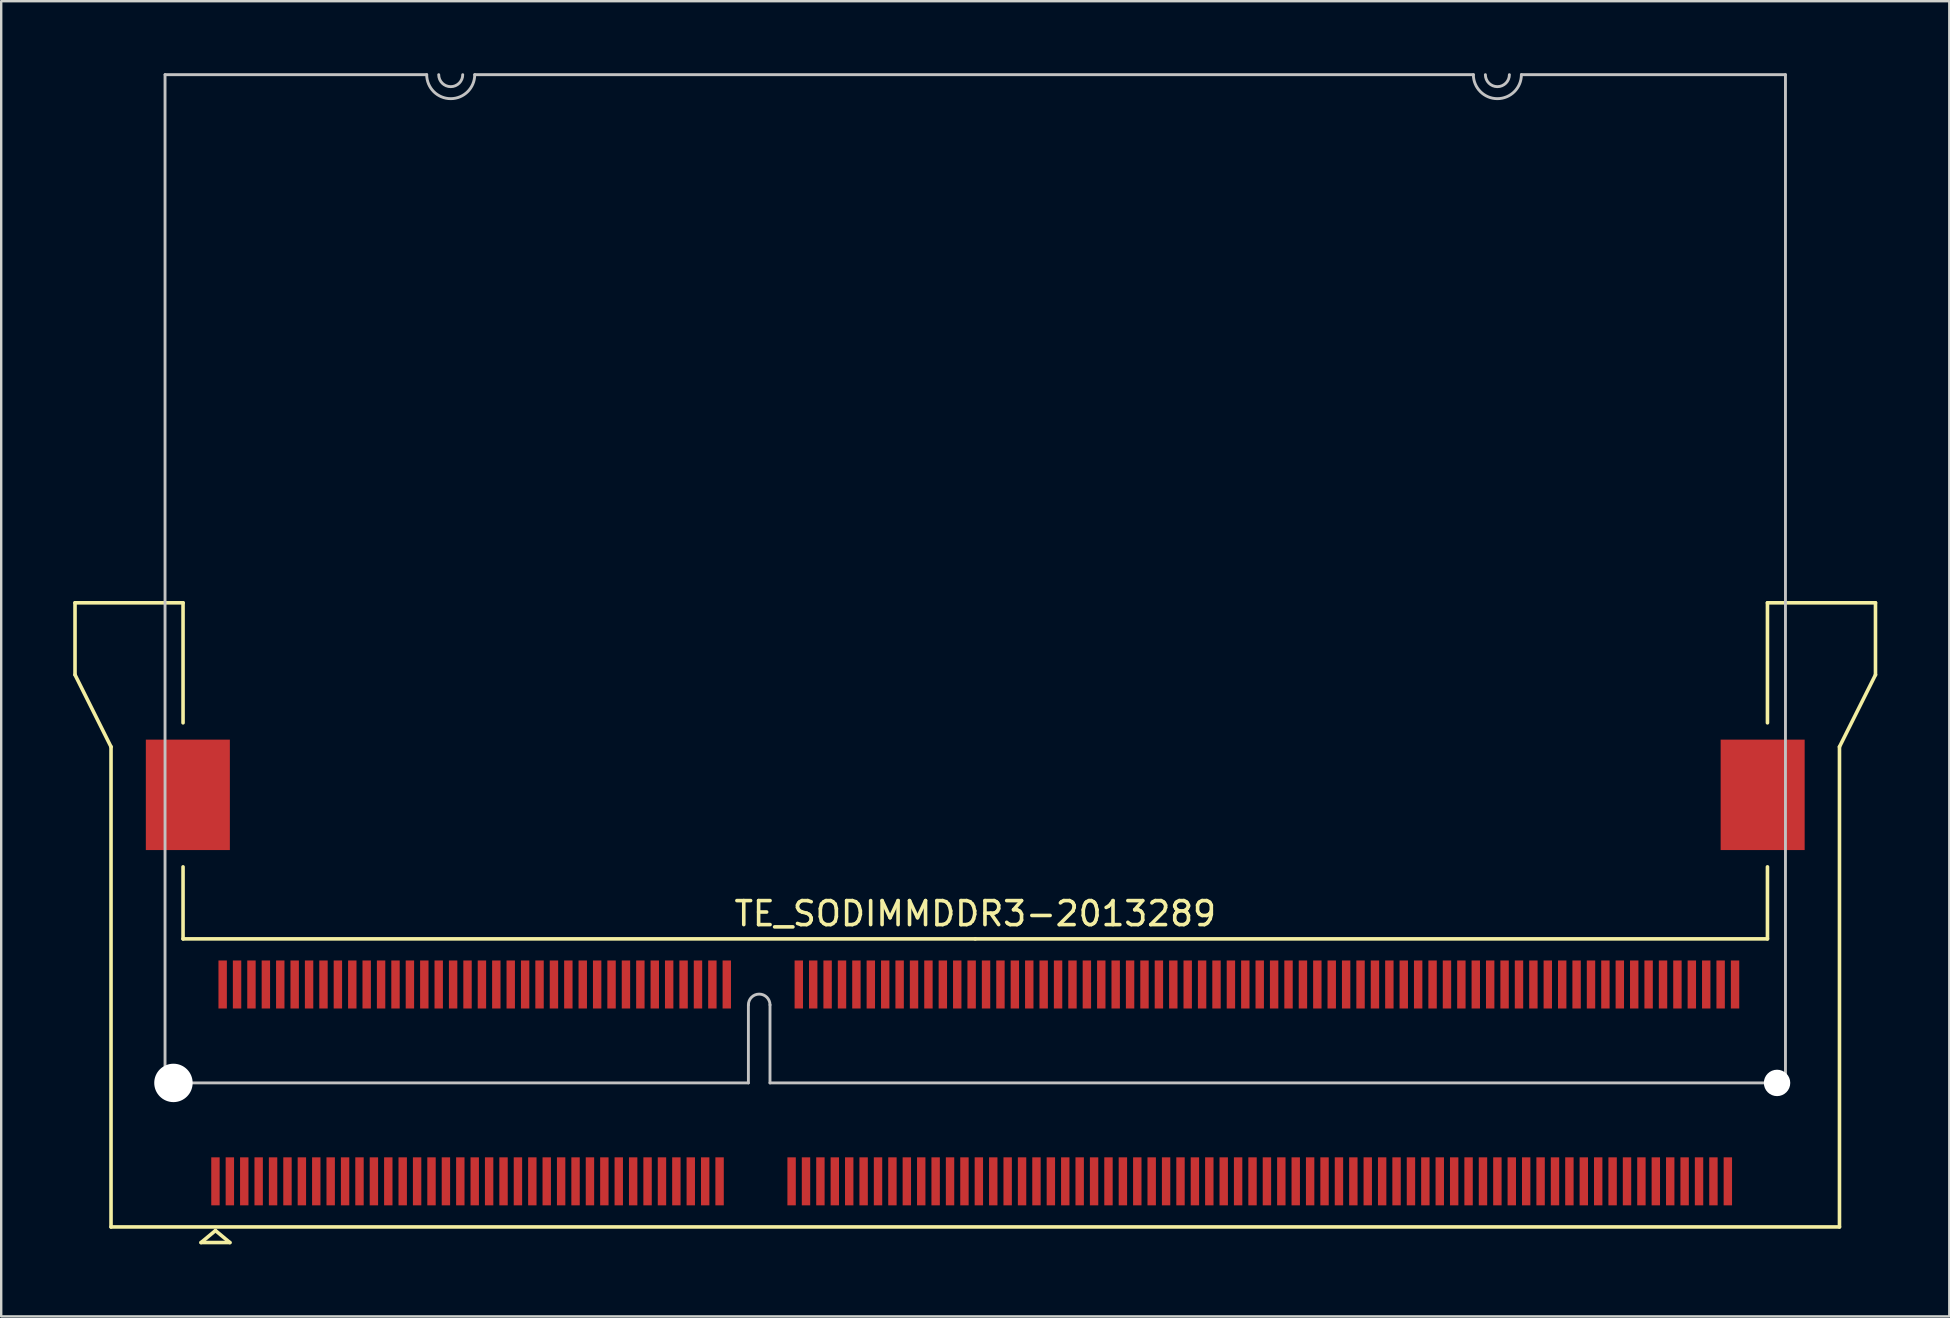
<source format=kicad_pcb>
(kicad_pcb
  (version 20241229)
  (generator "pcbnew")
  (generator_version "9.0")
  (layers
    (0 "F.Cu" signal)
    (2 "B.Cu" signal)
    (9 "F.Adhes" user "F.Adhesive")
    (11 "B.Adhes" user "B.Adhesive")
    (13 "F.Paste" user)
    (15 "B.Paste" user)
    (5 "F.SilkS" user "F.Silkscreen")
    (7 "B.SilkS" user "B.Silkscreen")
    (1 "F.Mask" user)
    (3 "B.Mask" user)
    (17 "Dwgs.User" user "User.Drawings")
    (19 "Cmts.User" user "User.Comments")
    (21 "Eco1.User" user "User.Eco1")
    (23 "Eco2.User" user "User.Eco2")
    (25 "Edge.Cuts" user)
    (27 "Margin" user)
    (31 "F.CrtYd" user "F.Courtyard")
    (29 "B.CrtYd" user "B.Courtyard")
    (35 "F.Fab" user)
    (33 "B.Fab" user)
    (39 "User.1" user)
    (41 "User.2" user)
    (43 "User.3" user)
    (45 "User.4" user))
  (footprint "TE_SODIMMDDR3-2013289"
    (layer "F.Cu")
    (at 37.575 42.06)
    (property "Reference" "TE_SODIMMDDR3-2013289" (at 0 -7.05 0) (layer "F.SilkS") (effects (font (size 1 1) (thickness 0.15))))
    (attr smd)
    (fp_line (start -37.5 -20) (end -37.5 -17) (stroke (width 0.15) (type solid)) (layer "F.SilkS"))
    (fp_line (start -37.5 -17) (end -36 -14) (stroke (width 0.15) (type solid)) (layer "F.SilkS"))
    (fp_line (start -36 -14) (end -36 6) (stroke (width 0.15) (type solid)) (layer "F.SilkS"))
    (fp_line (start -36 6) (end 36 6) (stroke (width 0.15) (type solid)) (layer "F.SilkS"))
    (fp_line (start -33 -20) (end -37.5 -20) (stroke (width 0.15) (type solid)) (layer "F.SilkS"))
    (fp_line (start -33 -15) (end -33 -20) (stroke (width 0.15) (type solid)) (layer "F.SilkS"))
    (fp_line (start -33 -9) (end -33 -6) (stroke (width 0.15) (type solid)) (layer "F.SilkS"))
    (fp_line (start -32.25 6.65) (end -31.65 6.15) (stroke (width 0.15) (type solid)) (layer "F.SilkS"))
    (fp_line (start -31.65 6.15) (end -31.05 6.65) (stroke (width 0.15) (type solid)) (layer "F.SilkS"))
    (fp_line (start -31.05 6.65) (end -32.25 6.65) (stroke (width 0.15) (type solid)) (layer "F.SilkS"))
    (fp_line (start 0 -6) (end -33 -6) (stroke (width 0.15) (type solid)) (layer "F.SilkS"))
    (fp_line (start 33 -20) (end 33 -15) (stroke (width 0.15) (type solid)) (layer "F.SilkS"))
    (fp_line (start 33 -9) (end 33 -6) (stroke (width 0.15) (type solid)) (layer "F.SilkS"))
    (fp_line (start 33 -6) (end 0 -6) (stroke (width 0.15) (type solid)) (layer "F.SilkS"))
    (fp_line (start 36 -14) (end 36 6) (stroke (width 0.15) (type solid)) (layer "F.SilkS"))
    (fp_line (start 36 -14) (end 37.5 -17) (stroke (width 0.15) (type solid)) (layer "F.SilkS"))
    (fp_line (start 37.5 -20) (end 33 -20) (stroke (width 0.15) (type solid)) (layer "F.SilkS"))
    (fp_line (start 37.5 -17) (end 37.5 -20) (stroke (width 0.15) (type solid)) (layer "F.SilkS"))
    (fp_line (start -33.75 -42) (end -22.85 -42) (stroke (width 0.12) (type solid)) (layer "Dwgs.User"))
    (fp_line (start -33.75 0) (end -33.75 -42) (stroke (width 0.12) (type solid)) (layer "Dwgs.User"))
    (fp_line (start -20.85 -42) (end 20.75 -42) (stroke (width 0.12) (type solid)) (layer "Dwgs.User"))
    (fp_line (start -9.45 -3.25) (end -9.45 0) (stroke (width 0.12) (type solid)) (layer "Dwgs.User"))
    (fp_line (start -9.45 0) (end -33.75 0) (stroke (width 0.12) (type solid)) (layer "Dwgs.User"))
    (fp_line (start -8.55 -3.25) (end -8.55 0) (stroke (width 0.12) (type solid)) (layer "Dwgs.User"))
    (fp_line (start -8.55 0) (end 33.75 0) (stroke (width 0.12) (type solid)) (layer "Dwgs.User"))
    (fp_line (start 22.75 -42) (end 33.75 -42) (stroke (width 0.12) (type solid)) (layer "Dwgs.User"))
    (fp_line (start 33.75 0) (end 33.75 -42) (stroke (width 0.12) (type solid)) (layer "Dwgs.User"))
    (fp_arc (start -21.35 -42) (mid -21.85 -41.5) (end -22.35 -42) (stroke (width 0.12) (type solid)) (layer "Dwgs.User"))
    (fp_arc (start -20.85 -42) (mid -21.85 -41) (end -22.85 -42) (stroke (width 0.12) (type solid)) (layer "Dwgs.User"))
    (fp_arc (start -9.45 -3.25) (mid -9 -3.7) (end -8.55 -3.25) (stroke (width 0.12) (type solid)) (layer "Dwgs.User"))
    (fp_arc (start 22.25 -42) (mid 21.75 -41.5) (end 21.25 -42) (stroke (width 0.12) (type solid)) (layer "Dwgs.User"))
    (fp_arc (start 22.75 -42) (mid 21.75 -41) (end 20.75 -42) (stroke (width 0.12) (type solid)) (layer "Dwgs.User"))
    (pad "" np_thru_hole circle (at -33.4 0) (size 1.6 1.6) (drill 1.6) (layers "*.Cu" "*.Mask"))
    (pad "" smd rect (at -32.8 -12) (size 3.5 4.6) (layers "F.Cu" "F.Mask" "F.Paste"))
    (pad "" smd rect (at 32.8 -12) (size 3.5 4.6) (layers "F.Cu" "F.Mask" "F.Paste"))
    (pad "" np_thru_hole circle (at 33.4 0) (size 1.1 1.1) (drill 1.1) (layers "*.Cu" "*.Mask"))
    (pad "1" smd rect (at -31.65 4.1) (size 0.35 2) (layers "F.Cu" "F.Mask" "F.Paste"))
    (pad "2" smd rect (at -31.35 -4.1) (size 0.35 2) (layers "F.Cu" "F.Mask" "F.Paste"))
    (pad "3" smd rect (at -31.05 4.1) (size 0.35 2) (layers "F.Cu" "F.Mask" "F.Paste"))
    (pad "4" smd rect (at -30.75 -4.1) (size 0.35 2) (layers "F.Cu" "F.Mask" "F.Paste"))
    (pad "5" smd rect (at -30.45 4.1) (size 0.35 2) (layers "F.Cu" "F.Mask" "F.Paste"))
    (pad "6" smd rect (at -30.15 -4.1) (size 0.35 2) (layers "F.Cu" "F.Mask" "F.Paste"))
    (pad "7" smd rect (at -29.85 4.1) (size 0.35 2) (layers "F.Cu" "F.Mask" "F.Paste"))
    (pad "8" smd rect (at -29.55 -4.1) (size 0.35 2) (layers "F.Cu" "F.Mask" "F.Paste"))
    (pad "9" smd rect (at -29.25 4.1) (size 0.35 2) (layers "F.Cu" "F.Mask" "F.Paste"))
    (pad "10" smd rect (at -28.95 -4.1) (size 0.35 2) (layers "F.Cu" "F.Mask" "F.Paste"))
    (pad "11" smd rect (at -28.65 4.1) (size 0.35 2) (layers "F.Cu" "F.Mask" "F.Paste"))
    (pad "12" smd rect (at -28.35 -4.1) (size 0.35 2) (layers "F.Cu" "F.Mask" "F.Paste"))
    (pad "13" smd rect (at -28.05 4.1) (size 0.35 2) (layers "F.Cu" "F.Mask" "F.Paste"))
    (pad "14" smd rect (at -27.75 -4.1) (size 0.35 2) (layers "F.Cu" "F.Mask" "F.Paste"))
    (pad "15" smd rect (at -27.45 4.1) (size 0.35 2) (layers "F.Cu" "F.Mask" "F.Paste"))
    (pad "16" smd rect (at -27.15 -4.1) (size 0.35 2) (layers "F.Cu" "F.Mask" "F.Paste"))
    (pad "17" smd rect (at -26.85 4.1) (size 0.35 2) (layers "F.Cu" "F.Mask" "F.Paste"))
    (pad "18" smd rect (at -26.55 -4.1) (size 0.35 2) (layers "F.Cu" "F.Mask" "F.Paste"))
    (pad "19" smd rect (at -26.25 4.1) (size 0.35 2) (layers "F.Cu" "F.Mask" "F.Paste"))
    (pad "20" smd rect (at -25.95 -4.1) (size 0.35 2) (layers "F.Cu" "F.Mask" "F.Paste"))
    (pad "21" smd rect (at -25.65 4.1) (size 0.35 2) (layers "F.Cu" "F.Mask" "F.Paste"))
    (pad "22" smd rect (at -25.35 -4.1) (size 0.35 2) (layers "F.Cu" "F.Mask" "F.Paste"))
    (pad "23" smd rect (at -25.05 4.1) (size 0.35 2) (layers "F.Cu" "F.Mask" "F.Paste"))
    (pad "24" smd rect (at -24.75 -4.1) (size 0.35 2) (layers "F.Cu" "F.Mask" "F.Paste"))
    (pad "25" smd rect (at -24.45 4.1) (size 0.35 2) (layers "F.Cu" "F.Mask" "F.Paste"))
    (pad "26" smd rect (at -24.15 -4.1) (size 0.35 2) (layers "F.Cu" "F.Mask" "F.Paste"))
    (pad "27" smd rect (at -23.85 4.1) (size 0.35 2) (layers "F.Cu" "F.Mask" "F.Paste"))
    (pad "28" smd rect (at -23.55 -4.1) (size 0.35 2) (layers "F.Cu" "F.Mask" "F.Paste"))
    (pad "29" smd rect (at -23.25 4.1) (size 0.35 2) (layers "F.Cu" "F.Mask" "F.Paste"))
    (pad "30" smd rect (at -22.95 -4.1) (size 0.35 2) (layers "F.Cu" "F.Mask" "F.Paste"))
    (pad "31" smd rect (at -22.65 4.1) (size 0.35 2) (layers "F.Cu" "F.Mask" "F.Paste"))
    (pad "32" smd rect (at -22.35 -4.1) (size 0.35 2) (layers "F.Cu" "F.Mask" "F.Paste"))
    (pad "33" smd rect (at -22.05 4.1) (size 0.35 2) (layers "F.Cu" "F.Mask" "F.Paste"))
    (pad "34" smd rect (at -21.75 -4.1) (size 0.35 2) (layers "F.Cu" "F.Mask" "F.Paste"))
    (pad "35" smd rect (at -21.45 4.1) (size 0.35 2) (layers "F.Cu" "F.Mask" "F.Paste"))
    (pad "36" smd rect (at -21.15 -4.1) (size 0.35 2) (layers "F.Cu" "F.Mask" "F.Paste"))
    (pad "37" smd rect (at -20.85 4.1) (size 0.35 2) (layers "F.Cu" "F.Mask" "F.Paste"))
    (pad "38" smd rect (at -20.55 -4.1) (size 0.35 2) (layers "F.Cu" "F.Mask" "F.Paste"))
    (pad "39" smd rect (at -20.25 4.1) (size 0.35 2) (layers "F.Cu" "F.Mask" "F.Paste"))
    (pad "40" smd rect (at -19.95 -4.1) (size 0.35 2) (layers "F.Cu" "F.Mask" "F.Paste"))
    (pad "41" smd rect (at -19.65 4.1) (size 0.35 2) (layers "F.Cu" "F.Mask" "F.Paste"))
    (pad "42" smd rect (at -19.35 -4.1) (size 0.35 2) (layers "F.Cu" "F.Mask" "F.Paste"))
    (pad "43" smd rect (at -19.05 4.1) (size 0.35 2) (layers "F.Cu" "F.Mask" "F.Paste"))
    (pad "44" smd rect (at -18.75 -4.1) (size 0.35 2) (layers "F.Cu" "F.Mask" "F.Paste"))
    (pad "45" smd rect (at -18.45 4.1) (size 0.35 2) (layers "F.Cu" "F.Mask" "F.Paste"))
    (pad "46" smd rect (at -18.15 -4.1) (size 0.35 2) (layers "F.Cu" "F.Mask" "F.Paste"))
    (pad "47" smd rect (at -17.85 4.1) (size 0.35 2) (layers "F.Cu" "F.Mask" "F.Paste"))
    (pad "48" smd rect (at -17.55 -4.1) (size 0.35 2) (layers "F.Cu" "F.Mask" "F.Paste"))
    (pad "49" smd rect (at -17.25 4.1) (size 0.35 2) (layers "F.Cu" "F.Mask" "F.Paste"))
    (pad "50" smd rect (at -16.95 -4.1) (size 0.35 2) (layers "F.Cu" "F.Mask" "F.Paste"))
    (pad "51" smd rect (at -16.65 4.1) (size 0.35 2) (layers "F.Cu" "F.Mask" "F.Paste"))
    (pad "52" smd rect (at -16.35 -4.1) (size 0.35 2) (layers "F.Cu" "F.Mask" "F.Paste"))
    (pad "53" smd rect (at -16.05 4.1) (size 0.35 2) (layers "F.Cu" "F.Mask" "F.Paste"))
    (pad "54" smd rect (at -15.75 -4.1) (size 0.35 2) (layers "F.Cu" "F.Mask" "F.Paste"))
    (pad "55" smd rect (at -15.45 4.1) (size 0.35 2) (layers "F.Cu" "F.Mask" "F.Paste"))
    (pad "56" smd rect (at -15.15 -4.1) (size 0.35 2) (layers "F.Cu" "F.Mask" "F.Paste"))
    (pad "57" smd rect (at -14.85 4.1) (size 0.35 2) (layers "F.Cu" "F.Mask" "F.Paste"))
    (pad "58" smd rect (at -14.55 -4.1) (size 0.35 2) (layers "F.Cu" "F.Mask" "F.Paste"))
    (pad "59" smd rect (at -14.25 4.1) (size 0.35 2) (layers "F.Cu" "F.Mask" "F.Paste"))
    (pad "60" smd rect (at -13.95 -4.1) (size 0.35 2) (layers "F.Cu" "F.Mask" "F.Paste"))
    (pad "61" smd rect (at -13.65 4.1) (size 0.35 2) (layers "F.Cu" "F.Mask" "F.Paste"))
    (pad "62" smd rect (at -13.35 -4.1) (size 0.35 2) (layers "F.Cu" "F.Mask" "F.Paste"))
    (pad "63" smd rect (at -13.05 4.1) (size 0.35 2) (layers "F.Cu" "F.Mask" "F.Paste"))
    (pad "64" smd rect (at -12.75 -4.1) (size 0.35 2) (layers "F.Cu" "F.Mask" "F.Paste"))
    (pad "65" smd rect (at -12.45 4.1) (size 0.35 2) (layers "F.Cu" "F.Mask" "F.Paste"))
    (pad "66" smd rect (at -12.15 -4.1) (size 0.35 2) (layers "F.Cu" "F.Mask" "F.Paste"))
    (pad "67" smd rect (at -11.85 4.1) (size 0.35 2) (layers "F.Cu" "F.Mask" "F.Paste"))
    (pad "68" smd rect (at -11.55 -4.1) (size 0.35 2) (layers "F.Cu" "F.Mask" "F.Paste"))
    (pad "69" smd rect (at -11.25 4.1) (size 0.35 2) (layers "F.Cu" "F.Mask" "F.Paste"))
    (pad "70" smd rect (at -10.95 -4.1) (size 0.35 2) (layers "F.Cu" "F.Mask" "F.Paste"))
    (pad "71" smd rect (at -10.65 4.1) (size 0.35 2) (layers "F.Cu" "F.Mask" "F.Paste"))
    (pad "72" smd rect (at -10.35 -4.1) (size 0.35 2) (layers "F.Cu" "F.Mask" "F.Paste"))
    (pad "73" smd rect (at -7.65 4.1) (size 0.35 2) (layers "F.Cu" "F.Mask" "F.Paste"))
    (pad "74" smd rect (at -7.35 -4.1) (size 0.35 2) (layers "F.Cu" "F.Mask" "F.Paste"))
    (pad "75" smd rect (at -7.05 4.1) (size 0.35 2) (layers "F.Cu" "F.Mask" "F.Paste"))
    (pad "76" smd rect (at -6.75 -4.1) (size 0.35 2) (layers "F.Cu" "F.Mask" "F.Paste"))
    (pad "77" smd rect (at -6.45 4.1) (size 0.35 2) (layers "F.Cu" "F.Mask" "F.Paste"))
    (pad "78" smd rect (at -6.15 -4.1) (size 0.35 2) (layers "F.Cu" "F.Mask" "F.Paste"))
    (pad "79" smd rect (at -5.85 4.1) (size 0.35 2) (layers "F.Cu" "F.Mask" "F.Paste"))
    (pad "80" smd rect (at -5.55 -4.1) (size 0.35 2) (layers "F.Cu" "F.Mask" "F.Paste"))
    (pad "81" smd rect (at -5.25 4.1) (size 0.35 2) (layers "F.Cu" "F.Mask" "F.Paste"))
    (pad "82" smd rect (at -4.95 -4.1) (size 0.35 2) (layers "F.Cu" "F.Mask" "F.Paste"))
    (pad "83" smd rect (at -4.65 4.1) (size 0.35 2) (layers "F.Cu" "F.Mask" "F.Paste"))
    (pad "84" smd rect (at -4.35 -4.1) (size 0.35 2) (layers "F.Cu" "F.Mask" "F.Paste"))
    (pad "85" smd rect (at -4.05 4.1) (size 0.35 2) (layers "F.Cu" "F.Mask" "F.Paste"))
    (pad "86" smd rect (at -3.75 -4.1) (size 0.35 2) (layers "F.Cu" "F.Mask" "F.Paste"))
    (pad "87" smd rect (at -3.45 4.1) (size 0.35 2) (layers "F.Cu" "F.Mask" "F.Paste"))
    (pad "88" smd rect (at -3.15 -4.1) (size 0.35 2) (layers "F.Cu" "F.Mask" "F.Paste"))
    (pad "89" smd rect (at -2.85 4.1) (size 0.35 2) (layers "F.Cu" "F.Mask" "F.Paste"))
    (pad "90" smd rect (at -2.55 -4.1) (size 0.35 2) (layers "F.Cu" "F.Mask" "F.Paste"))
    (pad "91" smd rect (at -2.25 4.1) (size 0.35 2) (layers "F.Cu" "F.Mask" "F.Paste"))
    (pad "92" smd rect (at -1.95 -4.1) (size 0.35 2) (layers "F.Cu" "F.Mask" "F.Paste"))
    (pad "93" smd rect (at -1.65 4.1) (size 0.35 2) (layers "F.Cu" "F.Mask" "F.Paste"))
    (pad "94" smd rect (at -1.35 -4.1) (size 0.35 2) (layers "F.Cu" "F.Mask" "F.Paste"))
    (pad "95" smd rect (at -1.05 4.1) (size 0.35 2) (layers "F.Cu" "F.Mask" "F.Paste"))
    (pad "96" smd rect (at -0.75 -4.1) (size 0.35 2) (layers "F.Cu" "F.Mask" "F.Paste"))
    (pad "97" smd rect (at -0.45 4.1) (size 0.35 2) (layers "F.Cu" "F.Mask" "F.Paste"))
    (pad "98" smd rect (at -0.15 -4.1) (size 0.35 2) (layers "F.Cu" "F.Mask" "F.Paste"))
    (pad "99" smd rect (at 0.15 4.1) (size 0.35 2) (layers "F.Cu" "F.Mask" "F.Paste"))
    (pad "100" smd rect (at 0.45 -4.1) (size 0.35 2) (layers "F.Cu" "F.Mask" "F.Paste"))
    (pad "101" smd rect (at 0.75 4.1) (size 0.35 2) (layers "F.Cu" "F.Mask" "F.Paste"))
    (pad "102" smd rect (at 1.05 -4.1) (size 0.35 2) (layers "F.Cu" "F.Mask" "F.Paste"))
    (pad "103" smd rect (at 1.35 4.1) (size 0.35 2) (layers "F.Cu" "F.Mask" "F.Paste"))
    (pad "104" smd rect (at 1.65 -4.1) (size 0.35 2) (layers "F.Cu" "F.Mask" "F.Paste"))
    (pad "105" smd rect (at 1.95 4.1) (size 0.35 2) (layers "F.Cu" "F.Mask" "F.Paste"))
    (pad "106" smd rect (at 2.25 -4.1) (size 0.35 2) (layers "F.Cu" "F.Mask" "F.Paste"))
    (pad "107" smd rect (at 2.55 4.1) (size 0.35 2) (layers "F.Cu" "F.Mask" "F.Paste"))
    (pad "108" smd rect (at 2.85 -4.1) (size 0.35 2) (layers "F.Cu" "F.Mask" "F.Paste"))
    (pad "109" smd rect (at 3.15 4.1) (size 0.35 2) (layers "F.Cu" "F.Mask" "F.Paste"))
    (pad "110" smd rect (at 3.45 -4.1) (size 0.35 2) (layers "F.Cu" "F.Mask" "F.Paste"))
    (pad "111" smd rect (at 3.75 4.1) (size 0.35 2) (layers "F.Cu" "F.Mask" "F.Paste"))
    (pad "112" smd rect (at 4.05 -4.1) (size 0.35 2) (layers "F.Cu" "F.Mask" "F.Paste"))
    (pad "113" smd rect (at 4.35 4.1) (size 0.35 2) (layers "F.Cu" "F.Mask" "F.Paste"))
    (pad "114" smd rect (at 4.65 -4.1) (size 0.35 2) (layers "F.Cu" "F.Mask" "F.Paste"))
    (pad "115" smd rect (at 4.95 4.1) (size 0.35 2) (layers "F.Cu" "F.Mask" "F.Paste"))
    (pad "116" smd rect (at 5.25 -4.1) (size 0.35 2) (layers "F.Cu" "F.Mask" "F.Paste"))
    (pad "117" smd rect (at 5.55 4.1) (size 0.35 2) (layers "F.Cu" "F.Mask" "F.Paste"))
    (pad "118" smd rect (at 5.85 -4.1) (size 0.35 2) (layers "F.Cu" "F.Mask" "F.Paste"))
    (pad "119" smd rect (at 6.15 4.1) (size 0.35 2) (layers "F.Cu" "F.Mask" "F.Paste"))
    (pad "120" smd rect (at 6.45 -4.1) (size 0.35 2) (layers "F.Cu" "F.Mask" "F.Paste"))
    (pad "121" smd rect (at 6.75 4.1) (size 0.35 2) (layers "F.Cu" "F.Mask" "F.Paste"))
    (pad "122" smd rect (at 7.05 -4.1) (size 0.35 2) (layers "F.Cu" "F.Mask" "F.Paste"))
    (pad "123" smd rect (at 7.35 4.1) (size 0.35 2) (layers "F.Cu" "F.Mask" "F.Paste"))
    (pad "124" smd rect (at 7.65 -4.1) (size 0.35 2) (layers "F.Cu" "F.Mask" "F.Paste"))
    (pad "125" smd rect (at 7.95 4.1) (size 0.35 2) (layers "F.Cu" "F.Mask" "F.Paste"))
    (pad "126" smd rect (at 8.25 -4.1) (size 0.35 2) (layers "F.Cu" "F.Mask" "F.Paste"))
    (pad "127" smd rect (at 8.55 4.1) (size 0.35 2) (layers "F.Cu" "F.Mask" "F.Paste"))
    (pad "128" smd rect (at 8.85 -4.1) (size 0.35 2) (layers "F.Cu" "F.Mask" "F.Paste"))
    (pad "129" smd rect (at 9.15 4.1) (size 0.35 2) (layers "F.Cu" "F.Mask" "F.Paste"))
    (pad "130" smd rect (at 9.45 -4.1) (size 0.35 2) (layers "F.Cu" "F.Mask" "F.Paste"))
    (pad "131" smd rect (at 9.75 4.1) (size 0.35 2) (layers "F.Cu" "F.Mask" "F.Paste"))
    (pad "132" smd rect (at 10.05 -4.1) (size 0.35 2) (layers "F.Cu" "F.Mask" "F.Paste"))
    (pad "133" smd rect (at 10.35 4.1) (size 0.35 2) (layers "F.Cu" "F.Mask" "F.Paste"))
    (pad "134" smd rect (at 10.65 -4.1) (size 0.35 2) (layers "F.Cu" "F.Mask" "F.Paste"))
    (pad "135" smd rect (at 10.95 4.1) (size 0.35 2) (layers "F.Cu" "F.Mask" "F.Paste"))
    (pad "136" smd rect (at 11.25 -4.1) (size 0.35 2) (layers "F.Cu" "F.Mask" "F.Paste"))
    (pad "137" smd rect (at 11.55 4.1) (size 0.35 2) (layers "F.Cu" "F.Mask" "F.Paste"))
    (pad "138" smd rect (at 11.85 -4.1) (size 0.35 2) (layers "F.Cu" "F.Mask" "F.Paste"))
    (pad "139" smd rect (at 12.15 4.1) (size 0.35 2) (layers "F.Cu" "F.Mask" "F.Paste"))
    (pad "140" smd rect (at 12.45 -4.1) (size 0.35 2) (layers "F.Cu" "F.Mask" "F.Paste"))
    (pad "141" smd rect (at 12.75 4.1) (size 0.35 2) (layers "F.Cu" "F.Mask" "F.Paste"))
    (pad "142" smd rect (at 13.05 -4.1) (size 0.35 2) (layers "F.Cu" "F.Mask" "F.Paste"))
    (pad "143" smd rect (at 13.35 4.1) (size 0.35 2) (layers "F.Cu" "F.Mask" "F.Paste"))
    (pad "144" smd rect (at 13.65 -4.1) (size 0.35 2) (layers "F.Cu" "F.Mask" "F.Paste"))
    (pad "145" smd rect (at 13.95 4.1) (size 0.35 2) (layers "F.Cu" "F.Mask" "F.Paste"))
    (pad "146" smd rect (at 14.25 -4.1) (size 0.35 2) (layers "F.Cu" "F.Mask" "F.Paste"))
    (pad "147" smd rect (at 14.55 4.1) (size 0.35 2) (layers "F.Cu" "F.Mask" "F.Paste"))
    (pad "148" smd rect (at 14.85 -4.1) (size 0.35 2) (layers "F.Cu" "F.Mask" "F.Paste"))
    (pad "149" smd rect (at 15.15 4.1) (size 0.35 2) (layers "F.Cu" "F.Mask" "F.Paste"))
    (pad "150" smd rect (at 15.45 -4.1) (size 0.35 2) (layers "F.Cu" "F.Mask" "F.Paste"))
    (pad "151" smd rect (at 15.75 4.1) (size 0.35 2) (layers "F.Cu" "F.Mask" "F.Paste"))
    (pad "152" smd rect (at 16.05 -4.1) (size 0.35 2) (layers "F.Cu" "F.Mask" "F.Paste"))
    (pad "153" smd rect (at 16.35 4.1) (size 0.35 2) (layers "F.Cu" "F.Mask" "F.Paste"))
    (pad "154" smd rect (at 16.65 -4.1) (size 0.35 2) (layers "F.Cu" "F.Mask" "F.Paste"))
    (pad "155" smd rect (at 16.95 4.1) (size 0.35 2) (layers "F.Cu" "F.Mask" "F.Paste"))
    (pad "156" smd rect (at 17.25 -4.1) (size 0.35 2) (layers "F.Cu" "F.Mask" "F.Paste"))
    (pad "157" smd rect (at 17.55 4.1) (size 0.35 2) (layers "F.Cu" "F.Mask" "F.Paste"))
    (pad "158" smd rect (at 17.85 -4.1) (size 0.35 2) (layers "F.Cu" "F.Mask" "F.Paste"))
    (pad "159" smd rect (at 18.15 4.1) (size 0.35 2) (layers "F.Cu" "F.Mask" "F.Paste"))
    (pad "160" smd rect (at 18.45 -4.1) (size 0.35 2) (layers "F.Cu" "F.Mask" "F.Paste"))
    (pad "161" smd rect (at 18.75 4.1) (size 0.35 2) (layers "F.Cu" "F.Mask" "F.Paste"))
    (pad "162" smd rect (at 19.05 -4.1) (size 0.35 2) (layers "F.Cu" "F.Mask" "F.Paste"))
    (pad "163" smd rect (at 19.35 4.1) (size 0.35 2) (layers "F.Cu" "F.Mask" "F.Paste"))
    (pad "164" smd rect (at 19.65 -4.1) (size 0.35 2) (layers "F.Cu" "F.Mask" "F.Paste"))
    (pad "165" smd rect (at 19.95 4.1) (size 0.35 2) (layers "F.Cu" "F.Mask" "F.Paste"))
    (pad "166" smd rect (at 20.25 -4.1) (size 0.35 2) (layers "F.Cu" "F.Mask" "F.Paste"))
    (pad "167" smd rect (at 20.55 4.1) (size 0.35 2) (layers "F.Cu" "F.Mask" "F.Paste"))
    (pad "168" smd rect (at 20.85 -4.1) (size 0.35 2) (layers "F.Cu" "F.Mask" "F.Paste"))
    (pad "169" smd rect (at 21.15 4.1) (size 0.35 2) (layers "F.Cu" "F.Mask" "F.Paste"))
    (pad "170" smd rect (at 21.45 -4.1) (size 0.35 2) (layers "F.Cu" "F.Mask" "F.Paste"))
    (pad "171" smd rect (at 21.75 4.1) (size 0.35 2) (layers "F.Cu" "F.Mask" "F.Paste"))
    (pad "172" smd rect (at 22.05 -4.1) (size 0.35 2) (layers "F.Cu" "F.Mask" "F.Paste"))
    (pad "173" smd rect (at 22.35 4.1) (size 0.35 2) (layers "F.Cu" "F.Mask" "F.Paste"))
    (pad "174" smd rect (at 22.65 -4.1) (size 0.35 2) (layers "F.Cu" "F.Mask" "F.Paste"))
    (pad "175" smd rect (at 22.95 4.1) (size 0.35 2) (layers "F.Cu" "F.Mask" "F.Paste"))
    (pad "176" smd rect (at 23.25 -4.1) (size 0.35 2) (layers "F.Cu" "F.Mask" "F.Paste"))
    (pad "177" smd rect (at 23.55 4.1) (size 0.35 2) (layers "F.Cu" "F.Mask" "F.Paste"))
    (pad "178" smd rect (at 23.85 -4.1) (size 0.35 2) (layers "F.Cu" "F.Mask" "F.Paste"))
    (pad "179" smd rect (at 24.15 4.1) (size 0.35 2) (layers "F.Cu" "F.Mask" "F.Paste"))
    (pad "180" smd rect (at 24.45 -4.1) (size 0.35 2) (layers "F.Cu" "F.Mask" "F.Paste"))
    (pad "181" smd rect (at 24.75 4.1) (size 0.35 2) (layers "F.Cu" "F.Mask" "F.Paste"))
    (pad "182" smd rect (at 25.05 -4.1) (size 0.35 2) (layers "F.Cu" "F.Mask" "F.Paste"))
    (pad "183" smd rect (at 25.35 4.1) (size 0.35 2) (layers "F.Cu" "F.Mask" "F.Paste"))
    (pad "184" smd rect (at 25.65 -4.1) (size 0.35 2) (layers "F.Cu" "F.Mask" "F.Paste"))
    (pad "185" smd rect (at 25.95 4.1) (size 0.35 2) (layers "F.Cu" "F.Mask" "F.Paste"))
    (pad "186" smd rect (at 26.25 -4.1) (size 0.35 2) (layers "F.Cu" "F.Mask" "F.Paste"))
    (pad "187" smd rect (at 26.55 4.1) (size 0.35 2) (layers "F.Cu" "F.Mask" "F.Paste"))
    (pad "188" smd rect (at 26.85 -4.1) (size 0.35 2) (layers "F.Cu" "F.Mask" "F.Paste"))
    (pad "189" smd rect (at 27.15 4.1) (size 0.35 2) (layers "F.Cu" "F.Mask" "F.Paste"))
    (pad "190" smd rect (at 27.45 -4.1) (size 0.35 2) (layers "F.Cu" "F.Mask" "F.Paste"))
    (pad "191" smd rect (at 27.75 4.1) (size 0.35 2) (layers "F.Cu" "F.Mask" "F.Paste"))
    (pad "192" smd rect (at 28.05 -4.1) (size 0.35 2) (layers "F.Cu" "F.Mask" "F.Paste"))
    (pad "193" smd rect (at 28.35 4.1) (size 0.35 2) (layers "F.Cu" "F.Mask" "F.Paste"))
    (pad "194" smd rect (at 28.65 -4.1) (size 0.35 2) (layers "F.Cu" "F.Mask" "F.Paste"))
    (pad "195" smd rect (at 28.95 4.1) (size 0.35 2) (layers "F.Cu" "F.Mask" "F.Paste"))
    (pad "196" smd rect (at 29.25 -4.1) (size 0.35 2) (layers "F.Cu" "F.Mask" "F.Paste"))
    (pad "197" smd rect (at 29.55 4.1) (size 0.35 2) (layers "F.Cu" "F.Mask" "F.Paste"))
    (pad "198" smd rect (at 29.85 -4.1) (size 0.35 2) (layers "F.Cu" "F.Mask" "F.Paste"))
    (pad "199" smd rect (at 30.15 4.1) (size 0.35 2) (layers "F.Cu" "F.Mask" "F.Paste"))
    (pad "200" smd rect (at 30.45 -4.1) (size 0.35 2) (layers "F.Cu" "F.Mask" "F.Paste"))
    (pad "201" smd rect (at 30.75 4.1) (size 0.35 2) (layers "F.Cu" "F.Mask" "F.Paste"))
    (pad "202" smd rect (at 31.05 -4.1) (size 0.35 2) (layers "F.Cu" "F.Mask" "F.Paste"))
    (pad "203" smd rect (at 31.35 4.1) (size 0.35 2) (layers "F.Cu" "F.Mask" "F.Paste"))
    (pad "204" smd rect (at 31.65 -4.1) (size 0.35 2) (layers "F.Cu" "F.Mask" "F.Paste")))
  (gr_rect
    (start -3 -3)
    (end 78.15 51.785)
    (stroke (width 0.1) (type default))
    (fill no)
    (layer "Edge.Cuts")))
</source>
